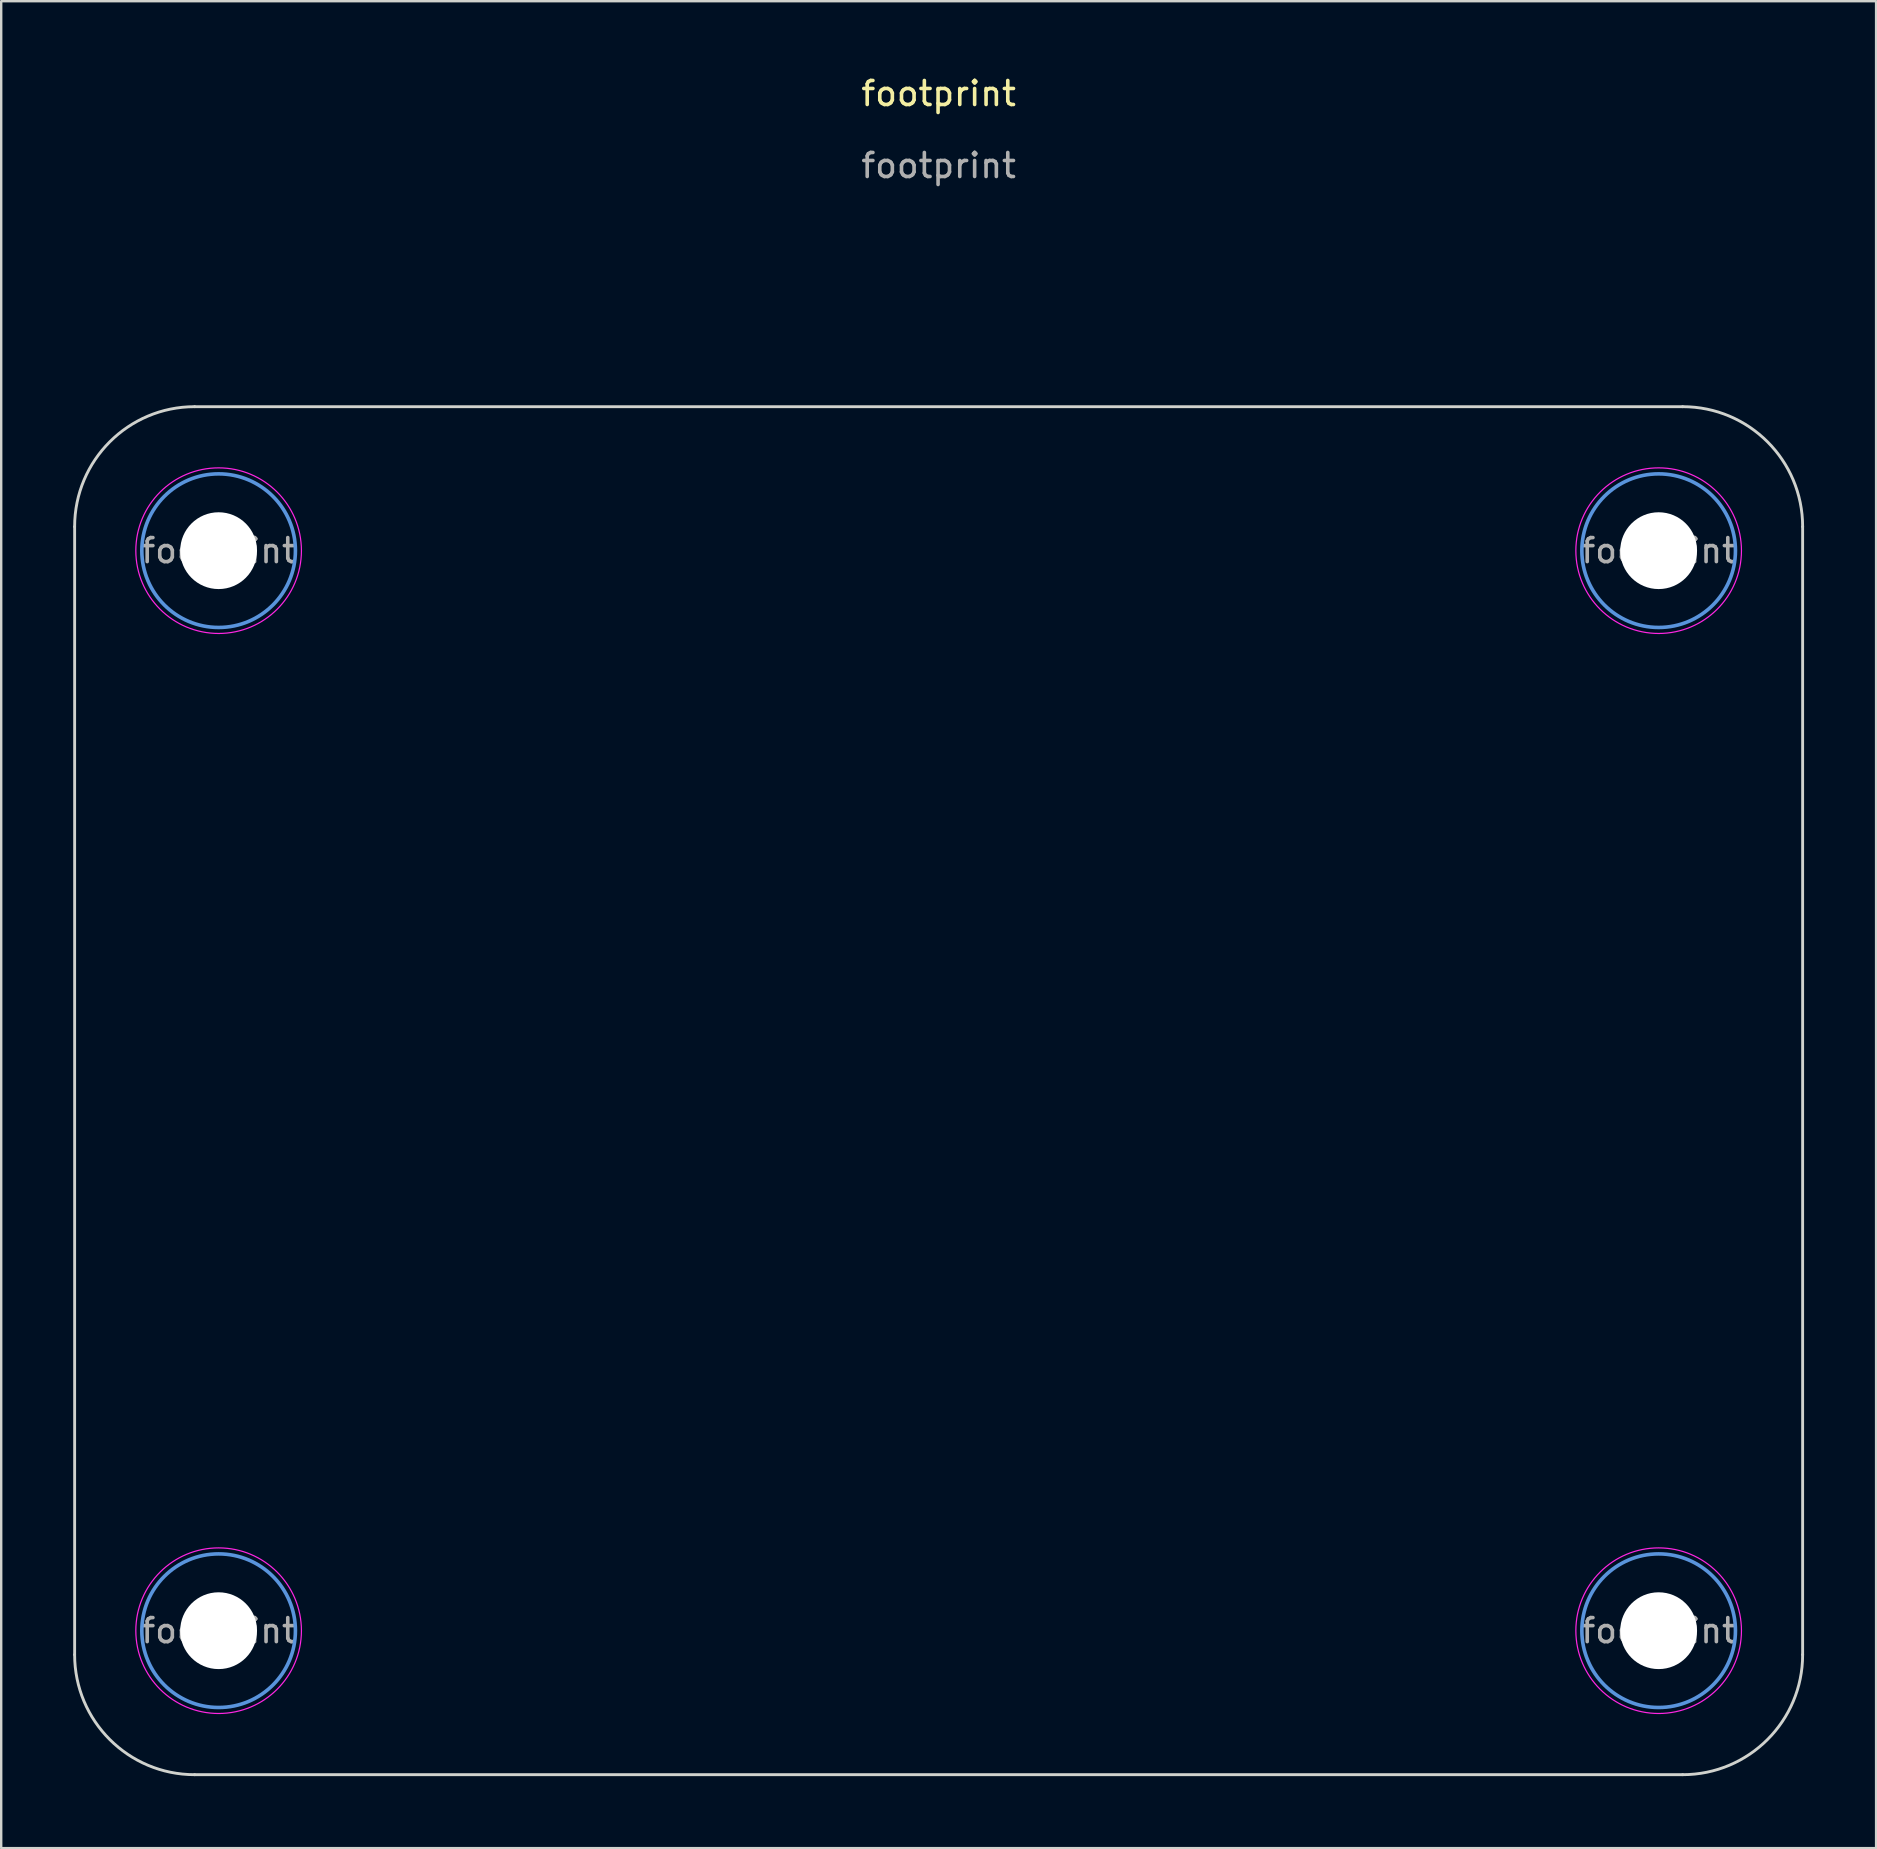
<source format=kicad_pcb>
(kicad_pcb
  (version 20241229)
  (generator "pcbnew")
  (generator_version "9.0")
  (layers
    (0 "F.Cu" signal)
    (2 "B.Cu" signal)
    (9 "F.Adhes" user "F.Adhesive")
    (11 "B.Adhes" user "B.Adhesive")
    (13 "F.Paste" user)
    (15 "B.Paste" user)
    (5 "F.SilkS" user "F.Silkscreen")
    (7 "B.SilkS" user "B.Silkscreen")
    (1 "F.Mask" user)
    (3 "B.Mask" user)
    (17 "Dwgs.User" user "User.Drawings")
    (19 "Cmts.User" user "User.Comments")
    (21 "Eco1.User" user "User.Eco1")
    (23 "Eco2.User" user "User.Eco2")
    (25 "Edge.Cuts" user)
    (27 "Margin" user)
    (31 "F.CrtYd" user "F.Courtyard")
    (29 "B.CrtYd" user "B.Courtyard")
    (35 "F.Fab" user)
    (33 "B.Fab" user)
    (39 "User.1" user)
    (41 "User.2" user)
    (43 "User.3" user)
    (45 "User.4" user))
  (footprint "footprint"
    (layer "F.Cu")
    (at 36.059 42.394)
    (property "Reference" "footprint" (at 0 -41.546 0) (unlocked yes) (layer "F.SilkS") (effects (font (size 1 1) (thickness 0.15))))
    (fp_circle (center -30 -22.5) (end -26.8 -22.5) (stroke (width 0.15) (type solid)) (fill no) (layer "Cmts.User"))
    (fp_circle (center -30 22.5) (end -26.8 22.5) (stroke (width 0.15) (type solid)) (fill no) (layer "Cmts.User"))
    (fp_circle (center 30 -22.5) (end 33.2 -22.5) (stroke (width 0.15) (type solid)) (fill no) (layer "Cmts.User"))
    (fp_circle (center 30 22.5) (end 33.2 22.5) (stroke (width 0.15) (type solid)) (fill no) (layer "Cmts.User"))
    (fp_line (start -35.999 23.499) (end -35.999 -23.499) (stroke (width 0.12) (type solid)) (layer "Edge.Cuts"))
    (fp_line (start -30.999 -28.499) (end 30.999 -28.499) (stroke (width 0.12) (type solid)) (layer "Edge.Cuts"))
    (fp_line (start 30.999 28.499) (end -30.999 28.499) (stroke (width 0.12) (type solid)) (layer "Edge.Cuts"))
    (fp_line (start 35.999 -23.499) (end 35.999 23.499) (stroke (width 0.12) (type solid)) (layer "Edge.Cuts"))
    (fp_arc (start -35.999466 -23.499466) (mid -34.535 -27.035) (end -30.999466 -28.499466) (stroke (width 0.12) (type solid)) (layer "Edge.Cuts"))
    (fp_arc (start -30.999466 28.499466) (mid -34.535 27.035) (end -35.999466 23.499466) (stroke (width 0.12) (type solid)) (layer "Edge.Cuts"))
    (fp_arc (start 30.999466 -28.499466) (mid 34.535 -27.035) (end 35.999466 -23.499466) (stroke (width 0.12) (type solid)) (layer "Edge.Cuts"))
    (fp_arc (start 35.999466 23.499466) (mid 34.535 27.035) (end 30.999466 28.499466) (stroke (width 0.12) (type solid)) (layer "Edge.Cuts"))
    (fp_circle (center -30 -22.5) (end -26.55 -22.5) (stroke (width 0.05) (type solid)) (fill no) (layer "F.CrtYd"))
    (fp_circle (center -30 22.5) (end -26.55 22.5) (stroke (width 0.05) (type solid)) (fill no) (layer "F.CrtYd"))
    (fp_circle (center 30 -22.5) (end 33.45 -22.5) (stroke (width 0.05) (type solid)) (fill no) (layer "F.CrtYd"))
    (fp_circle (center 30 22.5) (end 33.45 22.5) (stroke (width 0.05) (type solid)) (fill no) (layer "F.CrtYd"))
    (fp_text user "${REFERENCE}" (at -30 -22.5 0) (layer "F.Fab") (effects (font (size 1 1) (thickness 0.15))))
    (fp_text user "${REFERENCE}" (at 30 -22.5 0) (layer "F.Fab") (effects (font (size 1 1) (thickness 0.15))))
    (fp_text user "${REFERENCE}" (at 0 -38.546 0) (unlocked yes) (layer "F.Fab") (effects (font (size 1 1) (thickness 0.15))))
    (fp_text user "${REFERENCE}" (at -30 22.5 0) (layer "F.Fab") (effects (font (size 1 1) (thickness 0.15))))
    (fp_text user "${REFERENCE}" (at 30 22.5 0) (layer "F.Fab") (effects (font (size 1 1) (thickness 0.15))))
    (pad "" np_thru_hole circle (at -30 -22.5) (size 3.2 3.2) (drill 3.2) (layers "*.Cu" "*.Mask"))
    (pad "" np_thru_hole circle (at -30 22.5) (size 3.2 3.2) (drill 3.2) (layers "*.Cu" "*.Mask"))
    (pad "" np_thru_hole circle (at 30 -22.5) (size 3.2 3.2) (drill 3.2) (layers "*.Cu" "*.Mask"))
    (pad "" np_thru_hole circle (at 30 22.5) (size 3.2 3.2) (drill 3.2) (layers "*.Cu" "*.Mask")))
  (gr_rect
    (start -3 -3)
    (end 75.119 73.954)
    (stroke (width 0.1) (type default))
    (fill no)
    (layer "Edge.Cuts")))
</source>
